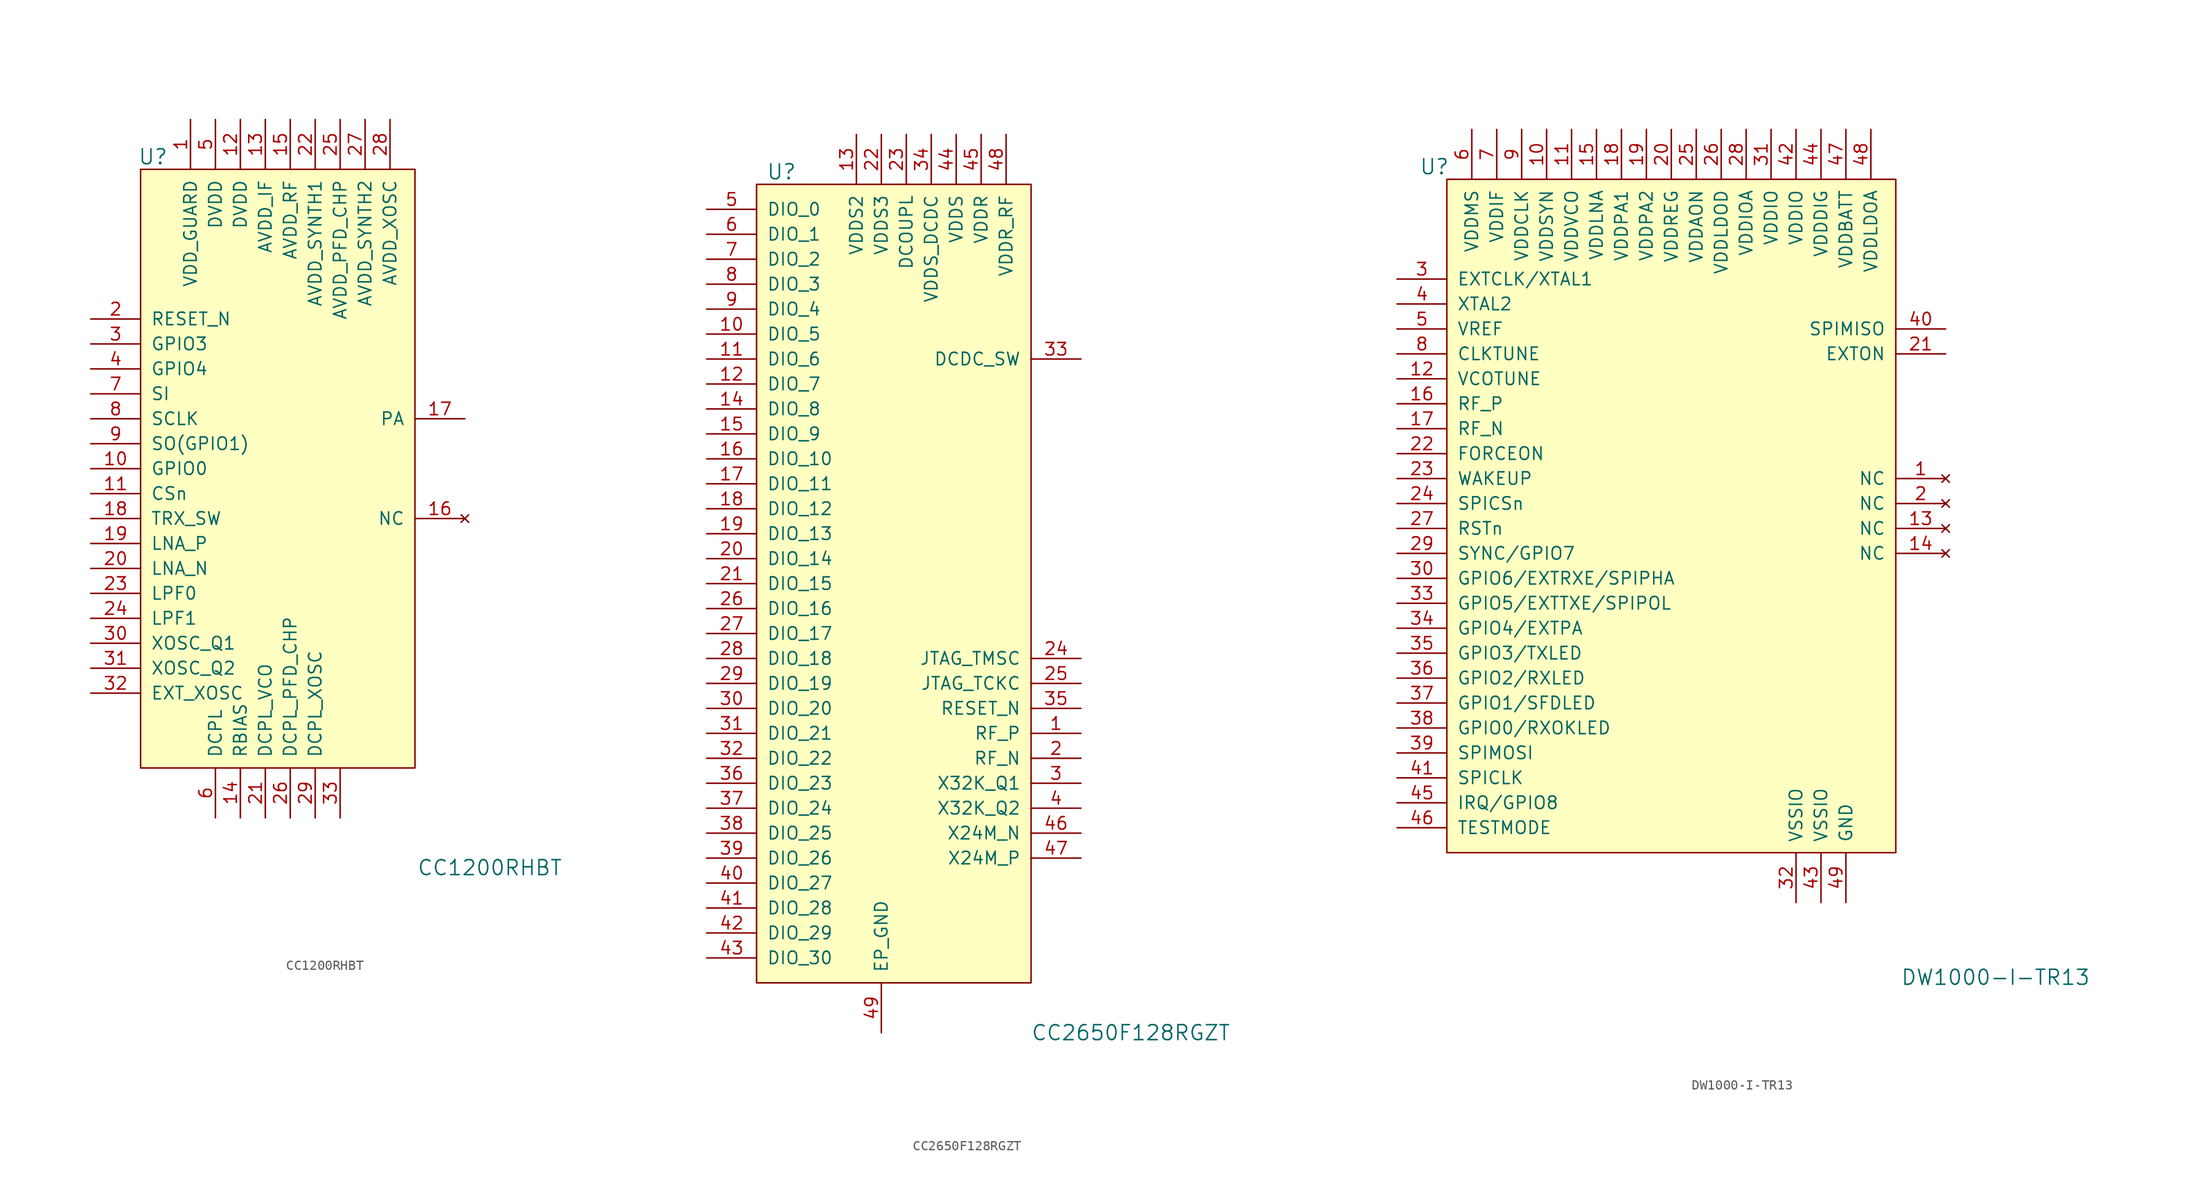
<source format=kicad_sym>
(kicad_symbol_lib
  (version 20220914)
  (generator kicad_symbol_editor)
  (symbol "CC1200RHBT"
    (pin_names
      (offset 1.016))
    (property "Reference" "U"
      (at -13.97 31.75 0)
      (effects (font (size 1.524 1.524))))
    (property "Value" "CC1200RHBT"
      (at 20.32 -40.64 0)
      (effects (font (size 1.524 1.524))))
    (symbol "CC1200RHBT_0_1"
      (rectangle (start -15.24 30.48) (end 12.7 -30.48) (stroke (width 0) (type solid)) (fill (type background))))
    (symbol "CC1200RHBT_1_1"
      (pin power_in line (at -10.16 35.56 270) (length 5.08) (name "VDD_GUARD" (effects (font (size 1.27 1.27)))) (number "1" (effects (font (size 1.27 1.27)))))
      (pin bidirectional line (at -20.32 0 0) (length 5.08) (name "GPIO0" (effects (font (size 1.27 1.27)))) (number "10" (effects (font (size 1.27 1.27)))))
      (pin input line (at -20.32 -2.54 0) (length 5.08) (name "CSn" (effects (font (size 1.27 1.27)))) (number "11" (effects (font (size 1.27 1.27)))))
      (pin power_in line (at -5.08 35.56 270) (length 5.08) (name "DVDD" (effects (font (size 1.27 1.27)))) (number "12" (effects (font (size 1.27 1.27)))))
      (pin power_in line (at -2.54 35.56 270) (length 5.08) (name "AVDD_IF" (effects (font (size 1.27 1.27)))) (number "13" (effects (font (size 1.27 1.27)))))
      (pin power_in line (at -5.08 -35.56 90) (length 5.08) (name "RBIAS" (effects (font (size 1.27 1.27)))) (number "14" (effects (font (size 1.27 1.27)))))
      (pin power_in line (at 0 35.56 270) (length 5.08) (name "AVDD_RF" (effects (font (size 1.27 1.27)))) (number "15" (effects (font (size 1.27 1.27)))))
      (pin no_connect line (at 17.78 -5.08 180) (length 5.08) (name "NC" (effects (font (size 1.27 1.27)))) (number "16" (effects (font (size 1.27 1.27)))))
      (pin output line (at 17.78 5.08 180) (length 5.08) (name "PA" (effects (font (size 1.27 1.27)))) (number "17" (effects (font (size 1.27 1.27)))))
      (pin input line (at -20.32 -5.08 0) (length 5.08) (name "TRX_SW" (effects (font (size 1.27 1.27)))) (number "18" (effects (font (size 1.27 1.27)))))
      (pin input line (at -20.32 -7.62 0) (length 5.08) (name "LNA_P" (effects (font (size 1.27 1.27)))) (number "19" (effects (font (size 1.27 1.27)))))
      (pin input line (at -20.32 15.24 0) (length 5.08) (name "RESET_N" (effects (font (size 1.27 1.27)))) (number "2" (effects (font (size 1.27 1.27)))))
      (pin input line (at -20.32 -10.16 0) (length 5.08) (name "LNA_N" (effects (font (size 1.27 1.27)))) (number "20" (effects (font (size 1.27 1.27)))))
      (pin power_in line (at -2.54 -35.56 90) (length 5.08) (name "DCPL_VCO" (effects (font (size 1.27 1.27)))) (number "21" (effects (font (size 1.27 1.27)))))
      (pin power_in line (at 2.54 35.56 270) (length 5.08) (name "AVDD_SYNTH1" (effects (font (size 1.27 1.27)))) (number "22" (effects (font (size 1.27 1.27)))))
      (pin unspecified line (at -20.32 -12.7 0) (length 5.08) (name "LPF0" (effects (font (size 1.27 1.27)))) (number "23" (effects (font (size 1.27 1.27)))))
      (pin unspecified line (at -20.32 -15.24 0) (length 5.08) (name "LPF1" (effects (font (size 1.27 1.27)))) (number "24" (effects (font (size 1.27 1.27)))))
      (pin power_in line (at 5.08 35.56 270) (length 5.08) (name "AVDD_PFD_CHP" (effects (font (size 1.27 1.27)))) (number "25" (effects (font (size 1.27 1.27)))))
      (pin power_in line (at 0 -35.56 90) (length 5.08) (name "DCPL_PFD_CHP" (effects (font (size 1.27 1.27)))) (number "26" (effects (font (size 1.27 1.27)))))
      (pin power_in line (at 7.62 35.56 270) (length 5.08) (name "AVDD_SYNTH2" (effects (font (size 1.27 1.27)))) (number "27" (effects (font (size 1.27 1.27)))))
      (pin power_in line (at 10.16 35.56 270) (length 5.08) (name "AVDD_XOSC" (effects (font (size 1.27 1.27)))) (number "28" (effects (font (size 1.27 1.27)))))
      (pin power_in line (at 2.54 -35.56 90) (length 5.08) (name "DCPL_XOSC" (effects (font (size 1.27 1.27)))) (number "29" (effects (font (size 1.27 1.27)))))
      (pin bidirectional line (at -20.32 12.7 0) (length 5.08) (name "GPIO3" (effects (font (size 1.27 1.27)))) (number "3" (effects (font (size 1.27 1.27)))))
      (pin unspecified line (at -20.32 -17.78 0) (length 5.08) (name "XOSC_Q1" (effects (font (size 1.27 1.27)))) (number "30" (effects (font (size 1.27 1.27)))))
      (pin unspecified line (at -20.32 -20.32 0) (length 5.08) (name "XOSC_Q2" (effects (font (size 1.27 1.27)))) (number "31" (effects (font (size 1.27 1.27)))))
      (pin input line (at -20.32 -22.86 0) (length 5.08) (name "EXT_XOSC" (effects (font (size 1.27 1.27)))) (number "32" (effects (font (size 1.27 1.27)))))
      (pin power_in line (at 5.08 -35.56 90) (length 5.08) (name "~" (effects (font (size 1.27 1.27)))) (number "33" (effects (font (size 1.27 1.27)))))
      (pin bidirectional line (at -20.32 10.16 0) (length 5.08) (name "GPIO4" (effects (font (size 1.27 1.27)))) (number "4" (effects (font (size 1.27 1.27)))))
      (pin power_in line (at -7.62 35.56 270) (length 5.08) (name "DVDD" (effects (font (size 1.27 1.27)))) (number "5" (effects (font (size 1.27 1.27)))))
      (pin power_out line (at -7.62 -35.56 90) (length 5.08) (name "DCPL" (effects (font (size 1.27 1.27)))) (number "6" (effects (font (size 1.27 1.27)))))
      (pin input line (at -20.32 7.62 0) (length 5.08) (name "SI" (effects (font (size 1.27 1.27)))) (number "7" (effects (font (size 1.27 1.27)))))
      (pin input line (at -20.32 5.08 0) (length 5.08) (name "SCLK" (effects (font (size 1.27 1.27)))) (number "8" (effects (font (size 1.27 1.27)))))
      (pin bidirectional line (at -20.32 2.54 0) (length 5.08) (name "SO(GPIO1)" (effects (font (size 1.27 1.27)))) (number "9" (effects (font (size 1.27 1.27)))))))
  (symbol "CC2650F128RGZT"
    (pin_names
      (offset 1.016))
    (property "Reference" "U"
      (at -10.16 39.37 0)
      (effects (font (size 1.524 1.524))))
    (property "Value" "CC2650F128RGZT"
      (at 25.4 -48.26 0)
      (effects (font (size 1.524 1.524))))
    (symbol "CC2650F128RGZT_0_1"
      (rectangle (start -12.7 38.1) (end 15.24 -43.18) (stroke (width 0) (type solid)) (fill (type background))))
    (symbol "CC2650F128RGZT_1_1"
      (pin bidirectional line (at 20.32 -17.78 180) (length 5.08) (name "RF_P" (effects (font (size 1.27 1.27)))) (number "1" (effects (font (size 1.27 1.27)))))
      (pin bidirectional line (at -17.78 22.86 0) (length 5.08) (name "DIO_5" (effects (font (size 1.27 1.27)))) (number "10" (effects (font (size 1.27 1.27)))))
      (pin bidirectional line (at -17.78 20.32 0) (length 5.08) (name "DIO_6" (effects (font (size 1.27 1.27)))) (number "11" (effects (font (size 1.27 1.27)))))
      (pin bidirectional line (at -17.78 17.78 0) (length 5.08) (name "DIO_7" (effects (font (size 1.27 1.27)))) (number "12" (effects (font (size 1.27 1.27)))))
      (pin power_in line (at -2.54 43.18 270) (length 5.08) (name "VDDS2" (effects (font (size 1.27 1.27)))) (number "13" (effects (font (size 1.27 1.27)))))
      (pin bidirectional line (at -17.78 15.24 0) (length 5.08) (name "DIO_8" (effects (font (size 1.27 1.27)))) (number "14" (effects (font (size 1.27 1.27)))))
      (pin bidirectional line (at -17.78 12.7 0) (length 5.08) (name "DIO_9" (effects (font (size 1.27 1.27)))) (number "15" (effects (font (size 1.27 1.27)))))
      (pin bidirectional line (at -17.78 10.16 0) (length 5.08) (name "DIO_10" (effects (font (size 1.27 1.27)))) (number "16" (effects (font (size 1.27 1.27)))))
      (pin bidirectional line (at -17.78 7.62 0) (length 5.08) (name "DIO_11" (effects (font (size 1.27 1.27)))) (number "17" (effects (font (size 1.27 1.27)))))
      (pin bidirectional line (at -17.78 5.08 0) (length 5.08) (name "DIO_12" (effects (font (size 1.27 1.27)))) (number "18" (effects (font (size 1.27 1.27)))))
      (pin bidirectional line (at -17.78 2.54 0) (length 5.08) (name "DIO_13" (effects (font (size 1.27 1.27)))) (number "19" (effects (font (size 1.27 1.27)))))
      (pin bidirectional line (at 20.32 -20.32 180) (length 5.08) (name "RF_N" (effects (font (size 1.27 1.27)))) (number "2" (effects (font (size 1.27 1.27)))))
      (pin bidirectional line (at -17.78 0 0) (length 5.08) (name "DIO_14" (effects (font (size 1.27 1.27)))) (number "20" (effects (font (size 1.27 1.27)))))
      (pin bidirectional line (at -17.78 -2.54 0) (length 5.08) (name "DIO_15" (effects (font (size 1.27 1.27)))) (number "21" (effects (font (size 1.27 1.27)))))
      (pin power_in line (at 0 43.18 270) (length 5.08) (name "VDDS3" (effects (font (size 1.27 1.27)))) (number "22" (effects (font (size 1.27 1.27)))))
      (pin power_in line (at 2.54 43.18 270) (length 5.08) (name "DCOUPL" (effects (font (size 1.27 1.27)))) (number "23" (effects (font (size 1.27 1.27)))))
      (pin bidirectional line (at 20.32 -10.16 180) (length 5.08) (name "JTAG_TMSC" (effects (font (size 1.27 1.27)))) (number "24" (effects (font (size 1.27 1.27)))))
      (pin bidirectional line (at 20.32 -12.7 180) (length 5.08) (name "JTAG_TCKC" (effects (font (size 1.27 1.27)))) (number "25" (effects (font (size 1.27 1.27)))))
      (pin bidirectional line (at -17.78 -5.08 0) (length 5.08) (name "DIO_16" (effects (font (size 1.27 1.27)))) (number "26" (effects (font (size 1.27 1.27)))))
      (pin bidirectional line (at -17.78 -7.62 0) (length 5.08) (name "DIO_17" (effects (font (size 1.27 1.27)))) (number "27" (effects (font (size 1.27 1.27)))))
      (pin bidirectional line (at -17.78 -10.16 0) (length 5.08) (name "DIO_18" (effects (font (size 1.27 1.27)))) (number "28" (effects (font (size 1.27 1.27)))))
      (pin bidirectional line (at -17.78 -12.7 0) (length 5.08) (name "DIO_19" (effects (font (size 1.27 1.27)))) (number "29" (effects (font (size 1.27 1.27)))))
      (pin bidirectional line (at 20.32 -22.86 180) (length 5.08) (name "X32K_Q1" (effects (font (size 1.27 1.27)))) (number "3" (effects (font (size 1.27 1.27)))))
      (pin bidirectional line (at -17.78 -15.24 0) (length 5.08) (name "DIO_20" (effects (font (size 1.27 1.27)))) (number "30" (effects (font (size 1.27 1.27)))))
      (pin bidirectional line (at -17.78 -17.78 0) (length 5.08) (name "DIO_21" (effects (font (size 1.27 1.27)))) (number "31" (effects (font (size 1.27 1.27)))))
      (pin bidirectional line (at -17.78 -20.32 0) (length 5.08) (name "DIO_22" (effects (font (size 1.27 1.27)))) (number "32" (effects (font (size 1.27 1.27)))))
      (pin power_out line (at 20.32 20.32 180) (length 5.08) (name "DCDC_SW" (effects (font (size 1.27 1.27)))) (number "33" (effects (font (size 1.27 1.27)))))
      (pin power_in line (at 5.08 43.18 270) (length 5.08) (name "VDDS_DCDC" (effects (font (size 1.27 1.27)))) (number "34" (effects (font (size 1.27 1.27)))))
      (pin bidirectional line (at 20.32 -15.24 180) (length 5.08) (name "RESET_N" (effects (font (size 1.27 1.27)))) (number "35" (effects (font (size 1.27 1.27)))))
      (pin bidirectional line (at -17.78 -22.86 0) (length 5.08) (name "DIO_23" (effects (font (size 1.27 1.27)))) (number "36" (effects (font (size 1.27 1.27)))))
      (pin bidirectional line (at -17.78 -25.4 0) (length 5.08) (name "DIO_24" (effects (font (size 1.27 1.27)))) (number "37" (effects (font (size 1.27 1.27)))))
      (pin bidirectional line (at -17.78 -27.94 0) (length 5.08) (name "DIO_25" (effects (font (size 1.27 1.27)))) (number "38" (effects (font (size 1.27 1.27)))))
      (pin bidirectional line (at -17.78 -30.48 0) (length 5.08) (name "DIO_26" (effects (font (size 1.27 1.27)))) (number "39" (effects (font (size 1.27 1.27)))))
      (pin bidirectional line (at 20.32 -25.4 180) (length 5.08) (name "X32K_Q2" (effects (font (size 1.27 1.27)))) (number "4" (effects (font (size 1.27 1.27)))))
      (pin bidirectional line (at -17.78 -33.02 0) (length 5.08) (name "DIO_27" (effects (font (size 1.27 1.27)))) (number "40" (effects (font (size 1.27 1.27)))))
      (pin bidirectional line (at -17.78 -35.56 0) (length 5.08) (name "DIO_28" (effects (font (size 1.27 1.27)))) (number "41" (effects (font (size 1.27 1.27)))))
      (pin bidirectional line (at -17.78 -38.1 0) (length 5.08) (name "DIO_29" (effects (font (size 1.27 1.27)))) (number "42" (effects (font (size 1.27 1.27)))))
      (pin bidirectional line (at -17.78 -40.64 0) (length 5.08) (name "DIO_30" (effects (font (size 1.27 1.27)))) (number "43" (effects (font (size 1.27 1.27)))))
      (pin power_in line (at 7.62 43.18 270) (length 5.08) (name "VDDS" (effects (font (size 1.27 1.27)))) (number "44" (effects (font (size 1.27 1.27)))))
      (pin power_in line (at 10.16 43.18 270) (length 5.08) (name "VDDR" (effects (font (size 1.27 1.27)))) (number "45" (effects (font (size 1.27 1.27)))))
      (pin bidirectional line (at 20.32 -27.94 180) (length 5.08) (name "X24M_N" (effects (font (size 1.27 1.27)))) (number "46" (effects (font (size 1.27 1.27)))))
      (pin bidirectional line (at 20.32 -30.48 180) (length 5.08) (name "X24M_P" (effects (font (size 1.27 1.27)))) (number "47" (effects (font (size 1.27 1.27)))))
      (pin power_in line (at 12.7 43.18 270) (length 5.08) (name "VDDR_RF" (effects (font (size 1.27 1.27)))) (number "48" (effects (font (size 1.27 1.27)))))
      (pin power_in line (at 0 -48.26 90) (length 5.08) (name "EP_GND" (effects (font (size 1.27 1.27)))) (number "49" (effects (font (size 1.27 1.27)))))
      (pin bidirectional line (at -17.78 35.56 0) (length 5.08) (name "DIO_0" (effects (font (size 1.27 1.27)))) (number "5" (effects (font (size 1.27 1.27)))))
      (pin bidirectional line (at -17.78 33.02 0) (length 5.08) (name "DIO_1" (effects (font (size 1.27 1.27)))) (number "6" (effects (font (size 1.27 1.27)))))
      (pin bidirectional line (at -17.78 30.48 0) (length 5.08) (name "DIO_2" (effects (font (size 1.27 1.27)))) (number "7" (effects (font (size 1.27 1.27)))))
      (pin bidirectional line (at -17.78 27.94 0) (length 5.08) (name "DIO_3" (effects (font (size 1.27 1.27)))) (number "8" (effects (font (size 1.27 1.27)))))
      (pin bidirectional line (at -17.78 25.4 0) (length 5.08) (name "DIO_4" (effects (font (size 1.27 1.27)))) (number "9" (effects (font (size 1.27 1.27)))))))
  (symbol "DW1000-I-TR13"
    (pin_names
      (offset 1.016))
    (property "Reference" "U"
      (at -24.13 36.83 0)
      (effects (font (size 1.524 1.524))))
    (property "Value" "DW1000-I-TR13"
      (at 33.02 -45.72 0)
      (effects (font (size 1.524 1.524))))
    (symbol "DW1000-I-TR13_0_1"
      (rectangle (start -22.86 35.56) (end 22.86 -33.02) (stroke (width 0) (type solid)) (fill (type background))))
    (symbol "DW1000-I-TR13_1_1"
      (pin no_connect line (at 27.94 5.08 180) (length 5.08) (name "NC" (effects (font (size 1.27 1.27)))) (number "1" (effects (font (size 1.27 1.27)))))
      (pin power_in line (at -12.7 40.64 270) (length 5.08) (name "VDDSYN" (effects (font (size 1.27 1.27)))) (number "10" (effects (font (size 1.27 1.27)))))
      (pin power_in line (at -10.16 40.64 270) (length 5.08) (name "VDDVCO" (effects (font (size 1.27 1.27)))) (number "11" (effects (font (size 1.27 1.27)))))
      (pin bidirectional line (at -27.94 15.24 0) (length 5.08) (name "VCOTUNE" (effects (font (size 1.27 1.27)))) (number "12" (effects (font (size 1.27 1.27)))))
      (pin no_connect line (at 27.94 0 180) (length 5.08) (name "NC" (effects (font (size 1.27 1.27)))) (number "13" (effects (font (size 1.27 1.27)))))
      (pin no_connect line (at 27.94 -2.54 180) (length 5.08) (name "NC" (effects (font (size 1.27 1.27)))) (number "14" (effects (font (size 1.27 1.27)))))
      (pin power_in line (at -7.62 40.64 270) (length 5.08) (name "VDDLNA" (effects (font (size 1.27 1.27)))) (number "15" (effects (font (size 1.27 1.27)))))
      (pin bidirectional line (at -27.94 12.7 0) (length 5.08) (name "RF_P" (effects (font (size 1.27 1.27)))) (number "16" (effects (font (size 1.27 1.27)))))
      (pin bidirectional line (at -27.94 10.16 0) (length 5.08) (name "RF_N" (effects (font (size 1.27 1.27)))) (number "17" (effects (font (size 1.27 1.27)))))
      (pin power_in line (at -5.08 40.64 270) (length 5.08) (name "VDDPA1" (effects (font (size 1.27 1.27)))) (number "18" (effects (font (size 1.27 1.27)))))
      (pin power_in line (at -2.54 40.64 270) (length 5.08) (name "VDDPA2" (effects (font (size 1.27 1.27)))) (number "19" (effects (font (size 1.27 1.27)))))
      (pin no_connect line (at 27.94 2.54 180) (length 5.08) (name "NC" (effects (font (size 1.27 1.27)))) (number "2" (effects (font (size 1.27 1.27)))))
      (pin power_in line (at 0 40.64 270) (length 5.08) (name "VDDREG" (effects (font (size 1.27 1.27)))) (number "20" (effects (font (size 1.27 1.27)))))
      (pin output line (at 27.94 17.78 180) (length 5.08) (name "EXTON" (effects (font (size 1.27 1.27)))) (number "21" (effects (font (size 1.27 1.27)))))
      (pin input line (at -27.94 7.62 0) (length 5.08) (name "FORCEON" (effects (font (size 1.27 1.27)))) (number "22" (effects (font (size 1.27 1.27)))))
      (pin input line (at -27.94 5.08 0) (length 5.08) (name "WAKEUP" (effects (font (size 1.27 1.27)))) (number "23" (effects (font (size 1.27 1.27)))))
      (pin input line (at -27.94 2.54 0) (length 5.08) (name "SPICSn" (effects (font (size 1.27 1.27)))) (number "24" (effects (font (size 1.27 1.27)))))
      (pin power_in line (at 2.54 40.64 270) (length 5.08) (name "VDDAON" (effects (font (size 1.27 1.27)))) (number "25" (effects (font (size 1.27 1.27)))))
      (pin power_in line (at 5.08 40.64 270) (length 5.08) (name "VDDLDOD" (effects (font (size 1.27 1.27)))) (number "26" (effects (font (size 1.27 1.27)))))
      (pin bidirectional line (at -27.94 0 0) (length 5.08) (name "RSTn" (effects (font (size 1.27 1.27)))) (number "27" (effects (font (size 1.27 1.27)))))
      (pin power_in line (at 7.62 40.64 270) (length 5.08) (name "VDDIOA" (effects (font (size 1.27 1.27)))) (number "28" (effects (font (size 1.27 1.27)))))
      (pin bidirectional line (at -27.94 -2.54 0) (length 5.08) (name "SYNC/GPIO7" (effects (font (size 1.27 1.27)))) (number "29" (effects (font (size 1.27 1.27)))))
      (pin input line (at -27.94 25.4 0) (length 5.08) (name "EXTCLK/XTAL1" (effects (font (size 1.27 1.27)))) (number "3" (effects (font (size 1.27 1.27)))))
      (pin bidirectional line (at -27.94 -5.08 0) (length 5.08) (name "GPIO6/EXTRXE/SPIPHA" (effects (font (size 1.27 1.27)))) (number "30" (effects (font (size 1.27 1.27)))))
      (pin power_in line (at 10.16 40.64 270) (length 5.08) (name "VDDIO" (effects (font (size 1.27 1.27)))) (number "31" (effects (font (size 1.27 1.27)))))
      (pin power_in line (at 12.7 -38.1 90) (length 5.08) (name "VSSIO" (effects (font (size 1.27 1.27)))) (number "32" (effects (font (size 1.27 1.27)))))
      (pin bidirectional line (at -27.94 -7.62 0) (length 5.08) (name "GPIO5/EXTTXE/SPIPOL" (effects (font (size 1.27 1.27)))) (number "33" (effects (font (size 1.27 1.27)))))
      (pin bidirectional line (at -27.94 -10.16 0) (length 5.08) (name "GPIO4/EXTPA" (effects (font (size 1.27 1.27)))) (number "34" (effects (font (size 1.27 1.27)))))
      (pin bidirectional line (at -27.94 -12.7 0) (length 5.08) (name "GPIO3/TXLED" (effects (font (size 1.27 1.27)))) (number "35" (effects (font (size 1.27 1.27)))))
      (pin bidirectional line (at -27.94 -15.24 0) (length 5.08) (name "GPIO2/RXLED" (effects (font (size 1.27 1.27)))) (number "36" (effects (font (size 1.27 1.27)))))
      (pin bidirectional line (at -27.94 -17.78 0) (length 5.08) (name "GPIO1/SFDLED" (effects (font (size 1.27 1.27)))) (number "37" (effects (font (size 1.27 1.27)))))
      (pin bidirectional line (at -27.94 -20.32 0) (length 5.08) (name "GPIO0/RXOKLED" (effects (font (size 1.27 1.27)))) (number "38" (effects (font (size 1.27 1.27)))))
      (pin input line (at -27.94 -22.86 0) (length 5.08) (name "SPIMOSI" (effects (font (size 1.27 1.27)))) (number "39" (effects (font (size 1.27 1.27)))))
      (pin input line (at -27.94 22.86 0) (length 5.08) (name "XTAL2" (effects (font (size 1.27 1.27)))) (number "4" (effects (font (size 1.27 1.27)))))
      (pin output line (at 27.94 20.32 180) (length 5.08) (name "SPIMISO" (effects (font (size 1.27 1.27)))) (number "40" (effects (font (size 1.27 1.27)))))
      (pin input line (at -27.94 -25.4 0) (length 5.08) (name "SPICLK" (effects (font (size 1.27 1.27)))) (number "41" (effects (font (size 1.27 1.27)))))
      (pin power_in line (at 12.7 40.64 270) (length 5.08) (name "VDDIO" (effects (font (size 1.27 1.27)))) (number "42" (effects (font (size 1.27 1.27)))))
      (pin power_in line (at 15.24 -38.1 90) (length 5.08) (name "VSSIO" (effects (font (size 1.27 1.27)))) (number "43" (effects (font (size 1.27 1.27)))))
      (pin power_in line (at 15.24 40.64 270) (length 5.08) (name "VDDDIG" (effects (font (size 1.27 1.27)))) (number "44" (effects (font (size 1.27 1.27)))))
      (pin bidirectional line (at -27.94 -27.94 0) (length 5.08) (name "IRQ/GPIO8" (effects (font (size 1.27 1.27)))) (number "45" (effects (font (size 1.27 1.27)))))
      (pin input line (at -27.94 -30.48 0) (length 5.08) (name "TESTMODE" (effects (font (size 1.27 1.27)))) (number "46" (effects (font (size 1.27 1.27)))))
      (pin power_in line (at 17.78 40.64 270) (length 5.08) (name "VDDBATT" (effects (font (size 1.27 1.27)))) (number "47" (effects (font (size 1.27 1.27)))))
      (pin power_in line (at 20.32 40.64 270) (length 5.08) (name "VDDLDOA" (effects (font (size 1.27 1.27)))) (number "48" (effects (font (size 1.27 1.27)))))
      (pin power_in line (at 17.78 -38.1 90) (length 5.08) (name "GND" (effects (font (size 1.27 1.27)))) (number "49" (effects (font (size 1.27 1.27)))))
      (pin bidirectional line (at -27.94 20.32 0) (length 5.08) (name "VREF" (effects (font (size 1.27 1.27)))) (number "5" (effects (font (size 1.27 1.27)))))
      (pin power_in line (at -20.32 40.64 270) (length 5.08) (name "VDDMS" (effects (font (size 1.27 1.27)))) (number "6" (effects (font (size 1.27 1.27)))))
      (pin power_in line (at -17.78 40.64 270) (length 5.08) (name "VDDIF" (effects (font (size 1.27 1.27)))) (number "7" (effects (font (size 1.27 1.27)))))
      (pin bidirectional line (at -27.94 17.78 0) (length 5.08) (name "CLKTUNE" (effects (font (size 1.27 1.27)))) (number "8" (effects (font (size 1.27 1.27)))))
      (pin power_in line (at -15.24 40.64 270) (length 5.08) (name "VDDCLK" (effects (font (size 1.27 1.27)))) (number "9" (effects (font (size 1.27 1.27))))))))
</source>
